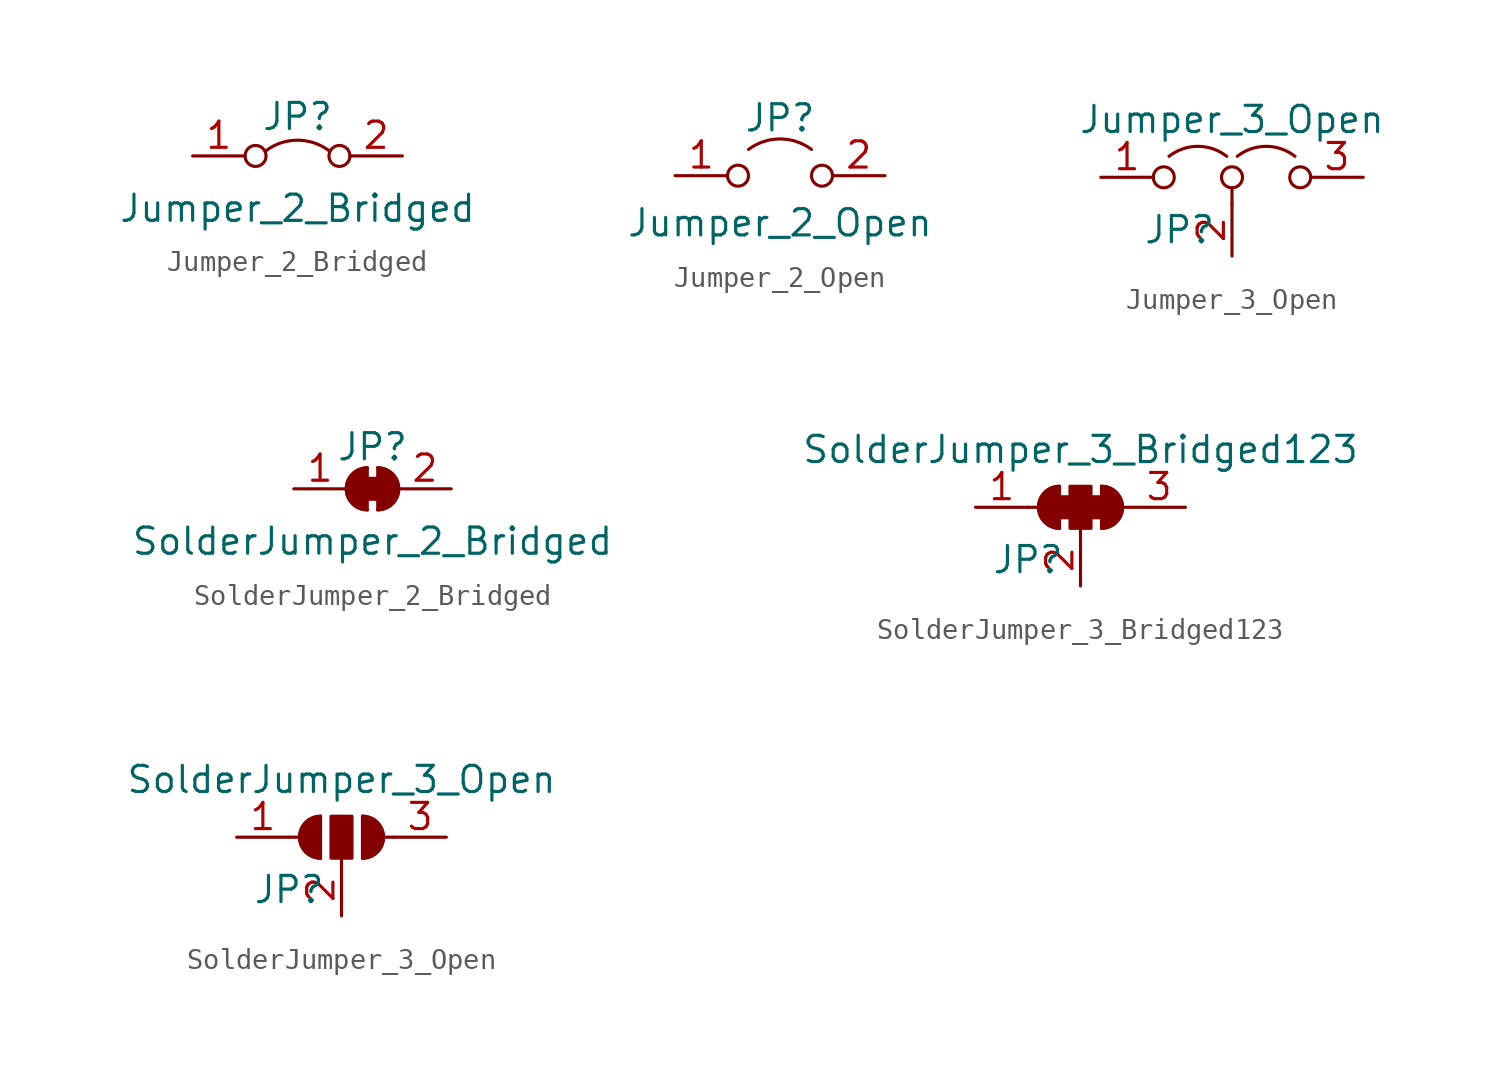
<source format=kicad_sym>
(kicad_symbol_lib
  (version 20211014)
  (generator kicad_symbol_editor)
  (symbol "Jumper_2_Bridged"
    (pin_names
      (offset 0) hide)
    (property "Reference" "JP"
      (at 0 1.905 0)
      (effects (font (size 1.27 1.27))))
    (property "Value" "Jumper_2_Bridged"
      (at 0 -2.54 0)
      (effects (font (size 1.27 1.27))))
    (symbol "Jumper_2_Bridged_0_0"
      (circle (center -2.032 0) (radius 0.508) (stroke (width 0) (type default) (color 0 0 0 0)) (fill (type none)))
      (circle (center 2.032 0) (radius 0.508) (stroke (width 0) (type default) (color 0 0 0 0)) (fill (type none))))
    (symbol "Jumper_2_Bridged_0_1"
      (arc (start 1.524 0.254) (mid 0 0.762) (end -1.524 0.254) (stroke (width 0) (type default) (color 0 0 0 0)) (fill (type none))))
    (symbol "Jumper_2_Bridged_1_1"
      (pin passive line (at -5.08 0 0) (length 2.54) (name "A" (effects (font (size 1.27 1.27)))) (number "1" (effects (font (size 1.27 1.27)))))
      (pin passive line (at 5.08 0 180) (length 2.54) (name "B" (effects (font (size 1.27 1.27)))) (number "2" (effects (font (size 1.27 1.27)))))))
  (symbol "Jumper_2_Open"
    (pin_names
      (offset 0) hide)
    (property "Reference" "JP"
      (at 0 2.794 0)
      (effects (font (size 1.27 1.27))))
    (property "Value" "Jumper_2_Open"
      (at 0 -2.286 0)
      (effects (font (size 1.27 1.27))))
    (symbol "Jumper_2_Open_0_0"
      (circle (center -2.032 0) (radius 0.508) (stroke (width 0) (type default) (color 0 0 0 0)) (fill (type none)))
      (circle (center 2.032 0) (radius 0.508) (stroke (width 0) (type default) (color 0 0 0 0)) (fill (type none))))
    (symbol "Jumper_2_Open_0_1"
      (arc (start 1.524 1.27) (mid 0 1.778) (end -1.524 1.27) (stroke (width 0) (type default) (color 0 0 0 0)) (fill (type none))))
    (symbol "Jumper_2_Open_1_1"
      (pin passive line (at -5.08 0 0) (length 2.54) (name "A" (effects (font (size 1.27 1.27)))) (number "1" (effects (font (size 1.27 1.27)))))
      (pin passive line (at 5.08 0 180) (length 2.54) (name "B" (effects (font (size 1.27 1.27)))) (number "2" (effects (font (size 1.27 1.27)))))))
  (symbol "Jumper_3_Open"
    (pin_names
      (offset 0) hide)
    (property "Reference" "JP"
      (at -2.54 -2.54 0)
      (effects (font (size 1.27 1.27))))
    (property "Value" "Jumper_3_Open"
      (at 0 2.794 0)
      (effects (font (size 1.27 1.27))))
    (symbol "Jumper_3_Open_0_0"
      (circle (center -3.302 0) (radius 0.508) (stroke (width 0) (type default) (color 0 0 0 0)) (fill (type none)))
      (circle (center 0 0) (radius 0.508) (stroke (width 0) (type default) (color 0 0 0 0)) (fill (type none)))
      (circle (center 3.302 0) (radius 0.508) (stroke (width 0) (type default) (color 0 0 0 0)) (fill (type none))))
    (symbol "Jumper_3_Open_0_1"
      (arc (start -0.254 1.016) (mid -1.651 1.4992) (end -3.048 1.016) (stroke (width 0) (type default) (color 0 0 0 0)) (fill (type none)))
      (polyline (pts (xy 0 -0.508) (xy 0 -1.27)) (stroke (width 0) (type default) (color 0 0 0 0)) (fill (type none)))
      (arc (start 3.048 1.016) (mid 1.651 1.4992) (end 0.254 1.016) (stroke (width 0) (type default) (color 0 0 0 0)) (fill (type none))))
    (symbol "Jumper_3_Open_1_1"
      (pin passive line (at -6.35 0 0) (length 2.54) (name "A" (effects (font (size 1.27 1.27)))) (number "1" (effects (font (size 1.27 1.27)))))
      (pin passive line (at 0 -3.81 90) (length 2.54) (name "C" (effects (font (size 1.27 1.27)))) (number "2" (effects (font (size 1.27 1.27)))))
      (pin passive line (at 6.35 0 180) (length 2.54) (name "B" (effects (font (size 1.27 1.27)))) (number "3" (effects (font (size 1.27 1.27)))))))
  (symbol "SolderJumper_2_Bridged"
    (pin_names
      (offset 0) hide)
    (property "Reference" "JP"
      (at 0 2.032 0)
      (effects (font (size 1.27 1.27))))
    (property "Value" "SolderJumper_2_Bridged"
      (at 0 -2.54 0)
      (effects (font (size 1.27 1.27))))
    (symbol "SolderJumper_2_Bridged_0_1"
      (rectangle (start -0.508 0.508) (end 0.508 -0.508) (stroke (width 0) (type default) (color 0 0 0 0)) (fill (type outline)))
      (arc (start -0.254 1.016) (mid -1.27 0) (end -0.254 -1.016) (stroke (width 0) (type default) (color 0 0 0 0)) (fill (type none)))
      (arc (start -0.254 1.016) (mid -1.27 0) (end -0.254 -1.016) (stroke (width 0) (type default) (color 0 0 0 0)) (fill (type outline)))
      (polyline (pts (xy -0.254 1.016) (xy -0.254 -1.016)) (stroke (width 0) (type default) (color 0 0 0 0)) (fill (type none)))
      (polyline (pts (xy 0.254 1.016) (xy 0.254 -1.016)) (stroke (width 0) (type default) (color 0 0 0 0)) (fill (type none)))
      (arc (start 0.254 -1.016) (mid 1.27 0) (end 0.254 1.016) (stroke (width 0) (type default) (color 0 0 0 0)) (fill (type none)))
      (arc (start 0.254 -1.016) (mid 1.27 0) (end 0.254 1.016) (stroke (width 0) (type default) (color 0 0 0 0)) (fill (type outline))))
    (symbol "SolderJumper_2_Bridged_1_1"
      (pin passive line (at -3.81 0 0) (length 2.54) (name "A" (effects (font (size 1.27 1.27)))) (number "1" (effects (font (size 1.27 1.27)))))
      (pin passive line (at 3.81 0 180) (length 2.54) (name "B" (effects (font (size 1.27 1.27)))) (number "2" (effects (font (size 1.27 1.27)))))))
  (symbol "SolderJumper_3_Bridged123"
    (pin_names
      (offset 0) hide)
    (property "Reference" "JP"
      (at -2.54 -2.54 0)
      (effects (font (size 1.27 1.27))))
    (property "Value" "SolderJumper_3_Bridged123"
      (at 0 2.794 0)
      (effects (font (size 1.27 1.27))))
    (symbol "SolderJumper_3_Bridged123_0_1"
      (rectangle (start -1.016 0.508) (end -0.508 -0.508) (stroke (width 0) (type default) (color 0 0 0 0)) (fill (type outline)))
      (arc (start -1.016 1.016) (mid -2.032 0) (end -1.016 -1.016) (stroke (width 0) (type default) (color 0 0 0 0)) (fill (type none)))
      (arc (start -1.016 1.016) (mid -2.032 0) (end -1.016 -1.016) (stroke (width 0) (type default) (color 0 0 0 0)) (fill (type outline)))
      (rectangle (start -0.508 1.016) (end 0.508 -1.016) (stroke (width 0) (type default) (color 0 0 0 0)) (fill (type outline)))
      (polyline (pts (xy -2.54 0) (xy -2.032 0)) (stroke (width 0) (type default) (color 0 0 0 0)) (fill (type none)))
      (polyline (pts (xy -1.016 1.016) (xy -1.016 -1.016)) (stroke (width 0) (type default) (color 0 0 0 0)) (fill (type none)))
      (polyline (pts (xy 0 -1.27) (xy 0 -1.016)) (stroke (width 0) (type default) (color 0 0 0 0)) (fill (type none)))
      (polyline (pts (xy 1.016 1.016) (xy 1.016 -1.016)) (stroke (width 0) (type default) (color 0 0 0 0)) (fill (type none)))
      (polyline (pts (xy 2.54 0) (xy 2.032 0)) (stroke (width 0) (type default) (color 0 0 0 0)) (fill (type none)))
      (rectangle (start 0.508 0.508) (end 1.016 -0.508) (stroke (width 0) (type default) (color 0 0 0 0)) (fill (type outline)))
      (arc (start 1.016 -1.016) (mid 2.032 0) (end 1.016 1.016) (stroke (width 0) (type default) (color 0 0 0 0)) (fill (type none)))
      (arc (start 1.016 -1.016) (mid 2.032 0) (end 1.016 1.016) (stroke (width 0) (type default) (color 0 0 0 0)) (fill (type outline))))
    (symbol "SolderJumper_3_Bridged123_1_1"
      (pin passive line (at -5.08 0 0) (length 2.54) (name "A" (effects (font (size 1.27 1.27)))) (number "1" (effects (font (size 1.27 1.27)))))
      (pin passive line (at 0 -3.81 90) (length 2.54) (name "C" (effects (font (size 1.27 1.27)))) (number "2" (effects (font (size 1.27 1.27)))))
      (pin passive line (at 5.08 0 180) (length 2.54) (name "B" (effects (font (size 1.27 1.27)))) (number "3" (effects (font (size 1.27 1.27)))))))
  (symbol "SolderJumper_3_Open"
    (pin_names
      (offset 0) hide)
    (property "Reference" "JP"
      (at -2.54 -2.54 0)
      (effects (font (size 1.27 1.27))))
    (property "Value" "SolderJumper_3_Open"
      (at 0 2.794 0)
      (effects (font (size 1.27 1.27))))
    (symbol "SolderJumper_3_Open_0_1"
      (arc (start -1.016 1.016) (mid -2.032 0) (end -1.016 -1.016) (stroke (width 0) (type default) (color 0 0 0 0)) (fill (type none)))
      (arc (start -1.016 1.016) (mid -2.032 0) (end -1.016 -1.016) (stroke (width 0) (type default) (color 0 0 0 0)) (fill (type outline)))
      (rectangle (start -0.508 1.016) (end 0.508 -1.016) (stroke (width 0) (type default) (color 0 0 0 0)) (fill (type outline)))
      (polyline (pts (xy -2.54 0) (xy -2.032 0)) (stroke (width 0) (type default) (color 0 0 0 0)) (fill (type none)))
      (polyline (pts (xy -1.016 1.016) (xy -1.016 -1.016)) (stroke (width 0) (type default) (color 0 0 0 0)) (fill (type none)))
      (polyline (pts (xy 0 -1.27) (xy 0 -1.016)) (stroke (width 0) (type default) (color 0 0 0 0)) (fill (type none)))
      (polyline (pts (xy 1.016 1.016) (xy 1.016 -1.016)) (stroke (width 0) (type default) (color 0 0 0 0)) (fill (type none)))
      (polyline (pts (xy 2.54 0) (xy 2.032 0)) (stroke (width 0) (type default) (color 0 0 0 0)) (fill (type none)))
      (arc (start 1.016 -1.016) (mid 2.032 0) (end 1.016 1.016) (stroke (width 0) (type default) (color 0 0 0 0)) (fill (type none)))
      (arc (start 1.016 -1.016) (mid 2.032 0) (end 1.016 1.016) (stroke (width 0) (type default) (color 0 0 0 0)) (fill (type outline))))
    (symbol "SolderJumper_3_Open_1_1"
      (pin passive line (at -5.08 0 0) (length 2.54) (name "A" (effects (font (size 1.27 1.27)))) (number "1" (effects (font (size 1.27 1.27)))))
      (pin passive line (at 0 -3.81 90) (length 2.54) (name "C" (effects (font (size 1.27 1.27)))) (number "2" (effects (font (size 1.27 1.27)))))
      (pin passive line (at 5.08 0 180) (length 2.54) (name "B" (effects (font (size 1.27 1.27)))) (number "3" (effects (font (size 1.27 1.27))))))))
</source>
